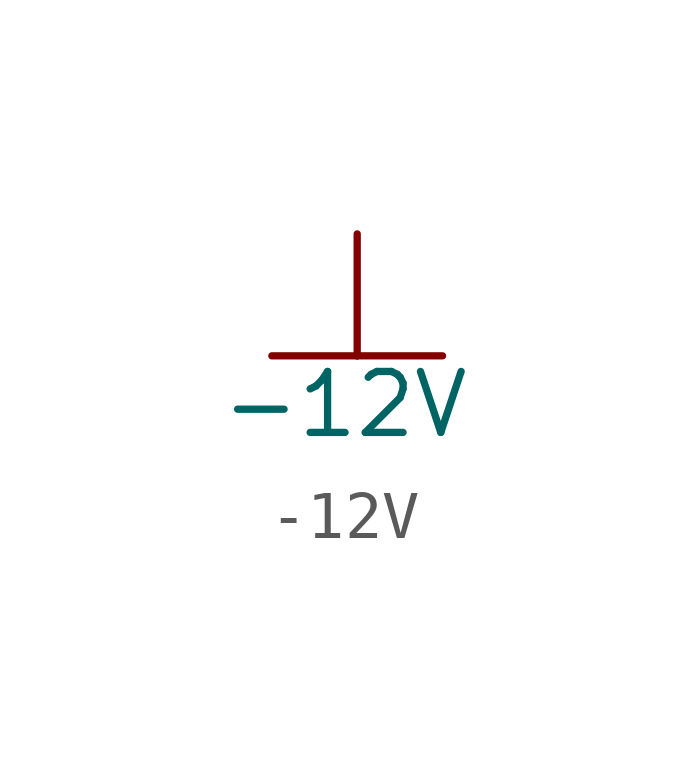
<source format=kicad_sym>
(kicad_symbol_lib
  (version 20231120)
  (generator "kicad_symbol_editor")
  (generator_version "8.0")
  (symbol "-12V"
    (power)
    (pin_numbers hide)
    (pin_names
      (offset 0) hide)
    (property "Reference" "#PWR"
      (at 0 -7.112 0)
      (effects (font (size 1.27 1.27)) (hide yes)))
    (property "Value" "-12V"
      (at -0.254 -3.556 0)
      (effects (font (size 1.27 1.27))))
    (property "Footprint" ""
      (at 0 0 0)
      (effects (font (size 1.524 1.524))))
    (property "Datasheet" ""
      (at 0 0 0)
      (effects (font (size 1.524 1.524))))
    (symbol "-12V_0_1"
      (polyline (pts (xy -1.778 -2.54) (xy 0 -2.54)) (stroke (width 0) (type default)) (fill (type none)))
      (polyline (pts (xy 0 -2.54) (xy 0 0)) (stroke (width 0) (type default)) (fill (type none)))
      (polyline (pts (xy 0 -2.54) (xy 1.778 -2.54)) (stroke (width 0) (type default)) (fill (type none))))
    (symbol "-12V_1_1"
      (pin power_in line (at 0 0 270) (length 0) hide (name "-12V" (effects (font (size 1.27 1.27)))) (number "1" (effects (font (size 1.27 1.27))))))))
</source>
